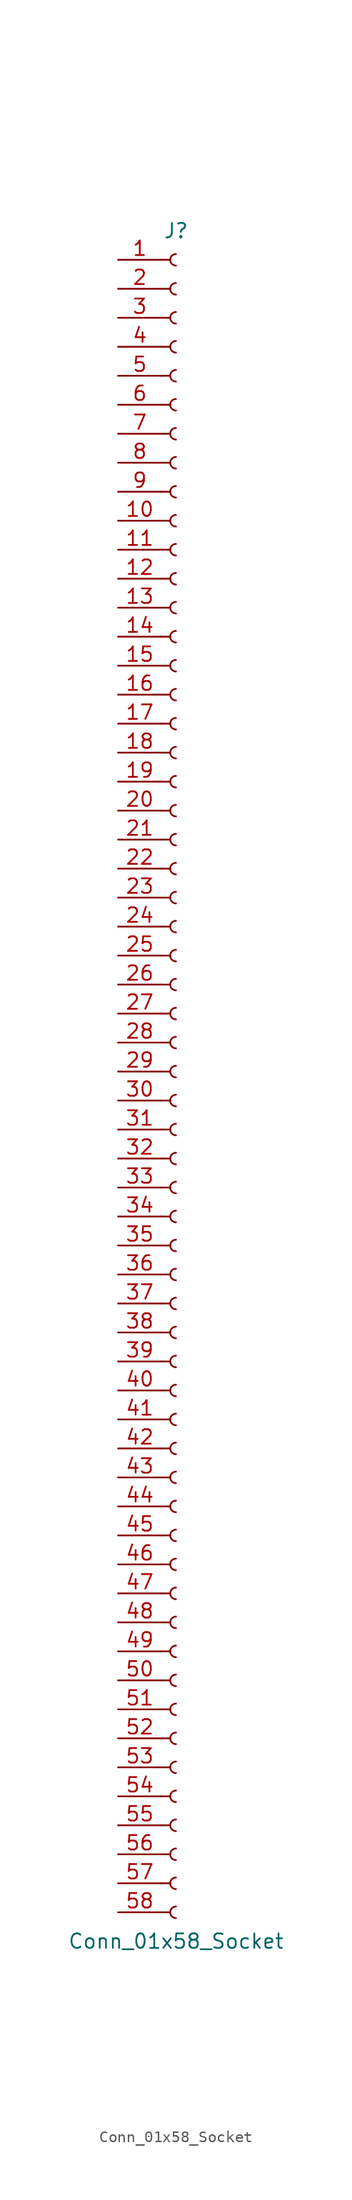
<source format=kicad_sym>
(kicad_symbol_lib
  (version 20241209)
  (generator "kicad_symbol_editor")
  (generator_version "9.0")
  (symbol "Conn_01x58_Socket"
    (pin_names
      (offset 1.016)
      (hide yes))
    (property "Reference" "J"
      (at 0 73.66 0)
      (effects (font (size 1.27 1.27))))
    (property "Value" "Conn_01x58_Socket"
      (at 0 -76.2 0)
      (effects (font (size 1.27 1.27))))
    (property "ki_locked" ""
      (at 0 0 0)
      (effects (font (size 1.27 1.27))))
    (symbol "Conn_01x58_Socket_1_1"
      (polyline (pts (xy -1.27 71.12) (xy -0.508 71.12)) (stroke (width 0.152) (type default)) (fill (type none)))
      (polyline (pts (xy -1.27 68.58) (xy -0.508 68.58)) (stroke (width 0.152) (type default)) (fill (type none)))
      (polyline (pts (xy -1.27 66.04) (xy -0.508 66.04)) (stroke (width 0.152) (type default)) (fill (type none)))
      (polyline (pts (xy -1.27 63.5) (xy -0.508 63.5)) (stroke (width 0.152) (type default)) (fill (type none)))
      (polyline (pts (xy -1.27 60.96) (xy -0.508 60.96)) (stroke (width 0.152) (type default)) (fill (type none)))
      (polyline (pts (xy -1.27 58.42) (xy -0.508 58.42)) (stroke (width 0.152) (type default)) (fill (type none)))
      (polyline (pts (xy -1.27 55.88) (xy -0.508 55.88)) (stroke (width 0.152) (type default)) (fill (type none)))
      (polyline (pts (xy -1.27 53.34) (xy -0.508 53.34)) (stroke (width 0.152) (type default)) (fill (type none)))
      (polyline (pts (xy -1.27 50.8) (xy -0.508 50.8)) (stroke (width 0.152) (type default)) (fill (type none)))
      (polyline (pts (xy -1.27 48.26) (xy -0.508 48.26)) (stroke (width 0.152) (type default)) (fill (type none)))
      (polyline (pts (xy -1.27 45.72) (xy -0.508 45.72)) (stroke (width 0.152) (type default)) (fill (type none)))
      (polyline (pts (xy -1.27 43.18) (xy -0.508 43.18)) (stroke (width 0.152) (type default)) (fill (type none)))
      (polyline (pts (xy -1.27 40.64) (xy -0.508 40.64)) (stroke (width 0.152) (type default)) (fill (type none)))
      (polyline (pts (xy -1.27 38.1) (xy -0.508 38.1)) (stroke (width 0.152) (type default)) (fill (type none)))
      (polyline (pts (xy -1.27 35.56) (xy -0.508 35.56)) (stroke (width 0.152) (type default)) (fill (type none)))
      (polyline (pts (xy -1.27 33.02) (xy -0.508 33.02)) (stroke (width 0.152) (type default)) (fill (type none)))
      (polyline (pts (xy -1.27 30.48) (xy -0.508 30.48)) (stroke (width 0.152) (type default)) (fill (type none)))
      (polyline (pts (xy -1.27 27.94) (xy -0.508 27.94)) (stroke (width 0.152) (type default)) (fill (type none)))
      (polyline (pts (xy -1.27 25.4) (xy -0.508 25.4)) (stroke (width 0.152) (type default)) (fill (type none)))
      (polyline (pts (xy -1.27 22.86) (xy -0.508 22.86)) (stroke (width 0.152) (type default)) (fill (type none)))
      (polyline (pts (xy -1.27 20.32) (xy -0.508 20.32)) (stroke (width 0.152) (type default)) (fill (type none)))
      (polyline (pts (xy -1.27 17.78) (xy -0.508 17.78)) (stroke (width 0.152) (type default)) (fill (type none)))
      (polyline (pts (xy -1.27 15.24) (xy -0.508 15.24)) (stroke (width 0.152) (type default)) (fill (type none)))
      (polyline (pts (xy -1.27 12.7) (xy -0.508 12.7)) (stroke (width 0.152) (type default)) (fill (type none)))
      (polyline (pts (xy -1.27 10.16) (xy -0.508 10.16)) (stroke (width 0.152) (type default)) (fill (type none)))
      (polyline (pts (xy -1.27 7.62) (xy -0.508 7.62)) (stroke (width 0.152) (type default)) (fill (type none)))
      (polyline (pts (xy -1.27 5.08) (xy -0.508 5.08)) (stroke (width 0.152) (type default)) (fill (type none)))
      (polyline (pts (xy -1.27 2.54) (xy -0.508 2.54)) (stroke (width 0.152) (type default)) (fill (type none)))
      (polyline (pts (xy -1.27 0) (xy -0.508 0)) (stroke (width 0.152) (type default)) (fill (type none)))
      (polyline (pts (xy -1.27 -2.54) (xy -0.508 -2.54)) (stroke (width 0.152) (type default)) (fill (type none)))
      (polyline (pts (xy -1.27 -5.08) (xy -0.508 -5.08)) (stroke (width 0.152) (type default)) (fill (type none)))
      (polyline (pts (xy -1.27 -7.62) (xy -0.508 -7.62)) (stroke (width 0.152) (type default)) (fill (type none)))
      (polyline (pts (xy -1.27 -10.16) (xy -0.508 -10.16)) (stroke (width 0.152) (type default)) (fill (type none)))
      (polyline (pts (xy -1.27 -12.7) (xy -0.508 -12.7)) (stroke (width 0.152) (type default)) (fill (type none)))
      (polyline (pts (xy -1.27 -15.24) (xy -0.508 -15.24)) (stroke (width 0.152) (type default)) (fill (type none)))
      (polyline (pts (xy -1.27 -17.78) (xy -0.508 -17.78)) (stroke (width 0.152) (type default)) (fill (type none)))
      (polyline (pts (xy -1.27 -20.32) (xy -0.508 -20.32)) (stroke (width 0.152) (type default)) (fill (type none)))
      (polyline (pts (xy -1.27 -22.86) (xy -0.508 -22.86)) (stroke (width 0.152) (type default)) (fill (type none)))
      (polyline (pts (xy -1.27 -25.4) (xy -0.508 -25.4)) (stroke (width 0.152) (type default)) (fill (type none)))
      (polyline (pts (xy -1.27 -27.94) (xy -0.508 -27.94)) (stroke (width 0.152) (type default)) (fill (type none)))
      (polyline (pts (xy -1.27 -30.48) (xy -0.508 -30.48)) (stroke (width 0.152) (type default)) (fill (type none)))
      (polyline (pts (xy -1.27 -33.02) (xy -0.508 -33.02)) (stroke (width 0.152) (type default)) (fill (type none)))
      (polyline (pts (xy -1.27 -35.56) (xy -0.508 -35.56)) (stroke (width 0.152) (type default)) (fill (type none)))
      (polyline (pts (xy -1.27 -38.1) (xy -0.508 -38.1)) (stroke (width 0.152) (type default)) (fill (type none)))
      (polyline (pts (xy -1.27 -40.64) (xy -0.508 -40.64)) (stroke (width 0.152) (type default)) (fill (type none)))
      (polyline (pts (xy -1.27 -43.18) (xy -0.508 -43.18)) (stroke (width 0.152) (type default)) (fill (type none)))
      (polyline (pts (xy -1.27 -45.72) (xy -0.508 -45.72)) (stroke (width 0.152) (type default)) (fill (type none)))
      (polyline (pts (xy -1.27 -48.26) (xy -0.508 -48.26)) (stroke (width 0.152) (type default)) (fill (type none)))
      (polyline (pts (xy -1.27 -50.8) (xy -0.508 -50.8)) (stroke (width 0.152) (type default)) (fill (type none)))
      (polyline (pts (xy -1.27 -53.34) (xy -0.508 -53.34)) (stroke (width 0.152) (type default)) (fill (type none)))
      (polyline (pts (xy -1.27 -55.88) (xy -0.508 -55.88)) (stroke (width 0.152) (type default)) (fill (type none)))
      (polyline (pts (xy -1.27 -58.42) (xy -0.508 -58.42)) (stroke (width 0.152) (type default)) (fill (type none)))
      (polyline (pts (xy -1.27 -60.96) (xy -0.508 -60.96)) (stroke (width 0.152) (type default)) (fill (type none)))
      (polyline (pts (xy -1.27 -63.5) (xy -0.508 -63.5)) (stroke (width 0.152) (type default)) (fill (type none)))
      (polyline (pts (xy -1.27 -66.04) (xy -0.508 -66.04)) (stroke (width 0.152) (type default)) (fill (type none)))
      (polyline (pts (xy -1.27 -68.58) (xy -0.508 -68.58)) (stroke (width 0.152) (type default)) (fill (type none)))
      (polyline (pts (xy -1.27 -71.12) (xy -0.508 -71.12)) (stroke (width 0.152) (type default)) (fill (type none)))
      (polyline (pts (xy -1.27 -73.66) (xy -0.508 -73.66)) (stroke (width 0.152) (type default)) (fill (type none)))
      (arc (start 0 70.612) (mid -0.5058 71.12) (end 0 71.628) (stroke (width 0.1524) (type default)) (fill (type none)))
      (arc (start 0 68.072) (mid -0.5058 68.58) (end 0 69.088) (stroke (width 0.1524) (type default)) (fill (type none)))
      (arc (start 0 65.532) (mid -0.5058 66.04) (end 0 66.548) (stroke (width 0.1524) (type default)) (fill (type none)))
      (arc (start 0 62.992) (mid -0.5058 63.5) (end 0 64.008) (stroke (width 0.1524) (type default)) (fill (type none)))
      (arc (start 0 60.452) (mid -0.5058 60.96) (end 0 61.468) (stroke (width 0.1524) (type default)) (fill (type none)))
      (arc (start 0 57.912) (mid -0.5058 58.42) (end 0 58.928) (stroke (width 0.1524) (type default)) (fill (type none)))
      (arc (start 0 55.372) (mid -0.5058 55.88) (end 0 56.388) (stroke (width 0.1524) (type default)) (fill (type none)))
      (arc (start 0 52.832) (mid -0.5058 53.34) (end 0 53.848) (stroke (width 0.1524) (type default)) (fill (type none)))
      (arc (start 0 50.292) (mid -0.5058 50.8) (end 0 51.308) (stroke (width 0.1524) (type default)) (fill (type none)))
      (arc (start 0 47.752) (mid -0.5058 48.26) (end 0 48.768) (stroke (width 0.1524) (type default)) (fill (type none)))
      (arc (start 0 45.212) (mid -0.5058 45.72) (end 0 46.228) (stroke (width 0.1524) (type default)) (fill (type none)))
      (arc (start 0 42.672) (mid -0.5058 43.18) (end 0 43.688) (stroke (width 0.1524) (type default)) (fill (type none)))
      (arc (start 0 40.132) (mid -0.5058 40.64) (end 0 41.148) (stroke (width 0.1524) (type default)) (fill (type none)))
      (arc (start 0 37.592) (mid -0.5058 38.1) (end 0 38.608) (stroke (width 0.1524) (type default)) (fill (type none)))
      (arc (start 0 35.052) (mid -0.5058 35.56) (end 0 36.068) (stroke (width 0.1524) (type default)) (fill (type none)))
      (arc (start 0 32.512) (mid -0.5058 33.02) (end 0 33.528) (stroke (width 0.1524) (type default)) (fill (type none)))
      (arc (start 0 29.972) (mid -0.5058 30.48) (end 0 30.988) (stroke (width 0.1524) (type default)) (fill (type none)))
      (arc (start 0 27.432) (mid -0.5058 27.94) (end 0 28.448) (stroke (width 0.1524) (type default)) (fill (type none)))
      (arc (start 0 24.892) (mid -0.5058 25.4) (end 0 25.908) (stroke (width 0.1524) (type default)) (fill (type none)))
      (arc (start 0 22.352) (mid -0.5058 22.86) (end 0 23.368) (stroke (width 0.1524) (type default)) (fill (type none)))
      (arc (start 0 19.812) (mid -0.5058 20.32) (end 0 20.828) (stroke (width 0.1524) (type default)) (fill (type none)))
      (arc (start 0 17.272) (mid -0.5058 17.78) (end 0 18.288) (stroke (width 0.1524) (type default)) (fill (type none)))
      (arc (start 0 14.732) (mid -0.5058 15.24) (end 0 15.748) (stroke (width 0.1524) (type default)) (fill (type none)))
      (arc (start 0 12.192) (mid -0.5058 12.7) (end 0 13.208) (stroke (width 0.1524) (type default)) (fill (type none)))
      (arc (start 0 9.652) (mid -0.5058 10.16) (end 0 10.668) (stroke (width 0.1524) (type default)) (fill (type none)))
      (arc (start 0 7.112) (mid -0.5058 7.62) (end 0 8.128) (stroke (width 0.1524) (type default)) (fill (type none)))
      (arc (start 0 4.572) (mid -0.5058 5.08) (end 0 5.588) (stroke (width 0.1524) (type default)) (fill (type none)))
      (arc (start 0 2.032) (mid -0.5058 2.54) (end 0 3.048) (stroke (width 0.1524) (type default)) (fill (type none)))
      (arc (start 0 -0.508) (mid -0.5058 0) (end 0 0.508) (stroke (width 0.1524) (type default)) (fill (type none)))
      (arc (start 0 -3.048) (mid -0.5058 -2.54) (end 0 -2.032) (stroke (width 0.1524) (type default)) (fill (type none)))
      (arc (start 0 -5.588) (mid -0.5058 -5.08) (end 0 -4.572) (stroke (width 0.1524) (type default)) (fill (type none)))
      (arc (start 0 -8.128) (mid -0.5058 -7.62) (end 0 -7.112) (stroke (width 0.1524) (type default)) (fill (type none)))
      (arc (start 0 -10.668) (mid -0.5058 -10.16) (end 0 -9.652) (stroke (width 0.1524) (type default)) (fill (type none)))
      (arc (start 0 -13.208) (mid -0.5058 -12.7) (end 0 -12.192) (stroke (width 0.1524) (type default)) (fill (type none)))
      (arc (start 0 -15.748) (mid -0.5058 -15.24) (end 0 -14.732) (stroke (width 0.1524) (type default)) (fill (type none)))
      (arc (start 0 -18.288) (mid -0.5058 -17.78) (end 0 -17.272) (stroke (width 0.1524) (type default)) (fill (type none)))
      (arc (start 0 -20.828) (mid -0.5058 -20.32) (end 0 -19.812) (stroke (width 0.1524) (type default)) (fill (type none)))
      (arc (start 0 -23.368) (mid -0.5058 -22.86) (end 0 -22.352) (stroke (width 0.1524) (type default)) (fill (type none)))
      (arc (start 0 -25.908) (mid -0.5058 -25.4) (end 0 -24.892) (stroke (width 0.1524) (type default)) (fill (type none)))
      (arc (start 0 -28.448) (mid -0.5058 -27.94) (end 0 -27.432) (stroke (width 0.1524) (type default)) (fill (type none)))
      (arc (start 0 -30.988) (mid -0.5058 -30.48) (end 0 -29.972) (stroke (width 0.1524) (type default)) (fill (type none)))
      (arc (start 0 -33.528) (mid -0.5058 -33.02) (end 0 -32.512) (stroke (width 0.1524) (type default)) (fill (type none)))
      (arc (start 0 -36.068) (mid -0.5058 -35.56) (end 0 -35.052) (stroke (width 0.1524) (type default)) (fill (type none)))
      (arc (start 0 -38.608) (mid -0.5058 -38.1) (end 0 -37.592) (stroke (width 0.1524) (type default)) (fill (type none)))
      (arc (start 0 -41.148) (mid -0.5058 -40.64) (end 0 -40.132) (stroke (width 0.1524) (type default)) (fill (type none)))
      (arc (start 0 -43.688) (mid -0.5058 -43.18) (end 0 -42.672) (stroke (width 0.1524) (type default)) (fill (type none)))
      (arc (start 0 -46.228) (mid -0.5058 -45.72) (end 0 -45.212) (stroke (width 0.1524) (type default)) (fill (type none)))
      (arc (start 0 -48.768) (mid -0.5058 -48.26) (end 0 -47.752) (stroke (width 0.1524) (type default)) (fill (type none)))
      (arc (start 0 -51.308) (mid -0.5058 -50.8) (end 0 -50.292) (stroke (width 0.1524) (type default)) (fill (type none)))
      (arc (start 0 -53.848) (mid -0.5058 -53.34) (end 0 -52.832) (stroke (width 0.1524) (type default)) (fill (type none)))
      (arc (start 0 -56.388) (mid -0.5058 -55.88) (end 0 -55.372) (stroke (width 0.1524) (type default)) (fill (type none)))
      (arc (start 0 -58.928) (mid -0.5058 -58.42) (end 0 -57.912) (stroke (width 0.1524) (type default)) (fill (type none)))
      (arc (start 0 -61.468) (mid -0.5058 -60.96) (end 0 -60.452) (stroke (width 0.1524) (type default)) (fill (type none)))
      (arc (start 0 -64.008) (mid -0.5058 -63.5) (end 0 -62.992) (stroke (width 0.1524) (type default)) (fill (type none)))
      (arc (start 0 -66.548) (mid -0.5058 -66.04) (end 0 -65.532) (stroke (width 0.1524) (type default)) (fill (type none)))
      (arc (start 0 -69.088) (mid -0.5058 -68.58) (end 0 -68.072) (stroke (width 0.1524) (type default)) (fill (type none)))
      (arc (start 0 -71.628) (mid -0.5058 -71.12) (end 0 -70.612) (stroke (width 0.1524) (type default)) (fill (type none)))
      (arc (start 0 -74.168) (mid -0.5058 -73.66) (end 0 -73.152) (stroke (width 0.1524) (type default)) (fill (type none)))
      (pin passive line (at -5.08 71.12 0) (length 3.81) (name "Pin_1" (effects (font (size 1.27 1.27)))) (number "1" (effects (font (size 1.27 1.27)))))
      (pin passive line (at -5.08 68.58 0) (length 3.81) (name "Pin_2" (effects (font (size 1.27 1.27)))) (number "2" (effects (font (size 1.27 1.27)))))
      (pin passive line (at -5.08 66.04 0) (length 3.81) (name "Pin_3" (effects (font (size 1.27 1.27)))) (number "3" (effects (font (size 1.27 1.27)))))
      (pin passive line (at -5.08 63.5 0) (length 3.81) (name "Pin_4" (effects (font (size 1.27 1.27)))) (number "4" (effects (font (size 1.27 1.27)))))
      (pin passive line (at -5.08 60.96 0) (length 3.81) (name "Pin_5" (effects (font (size 1.27 1.27)))) (number "5" (effects (font (size 1.27 1.27)))))
      (pin passive line (at -5.08 58.42 0) (length 3.81) (name "Pin_6" (effects (font (size 1.27 1.27)))) (number "6" (effects (font (size 1.27 1.27)))))
      (pin passive line (at -5.08 55.88 0) (length 3.81) (name "Pin_7" (effects (font (size 1.27 1.27)))) (number "7" (effects (font (size 1.27 1.27)))))
      (pin passive line (at -5.08 53.34 0) (length 3.81) (name "Pin_8" (effects (font (size 1.27 1.27)))) (number "8" (effects (font (size 1.27 1.27)))))
      (pin passive line (at -5.08 50.8 0) (length 3.81) (name "Pin_9" (effects (font (size 1.27 1.27)))) (number "9" (effects (font (size 1.27 1.27)))))
      (pin passive line (at -5.08 48.26 0) (length 3.81) (name "Pin_10" (effects (font (size 1.27 1.27)))) (number "10" (effects (font (size 1.27 1.27)))))
      (pin passive line (at -5.08 45.72 0) (length 3.81) (name "Pin_11" (effects (font (size 1.27 1.27)))) (number "11" (effects (font (size 1.27 1.27)))))
      (pin passive line (at -5.08 43.18 0) (length 3.81) (name "Pin_12" (effects (font (size 1.27 1.27)))) (number "12" (effects (font (size 1.27 1.27)))))
      (pin passive line (at -5.08 40.64 0) (length 3.81) (name "Pin_13" (effects (font (size 1.27 1.27)))) (number "13" (effects (font (size 1.27 1.27)))))
      (pin passive line (at -5.08 38.1 0) (length 3.81) (name "Pin_14" (effects (font (size 1.27 1.27)))) (number "14" (effects (font (size 1.27 1.27)))))
      (pin passive line (at -5.08 35.56 0) (length 3.81) (name "Pin_15" (effects (font (size 1.27 1.27)))) (number "15" (effects (font (size 1.27 1.27)))))
      (pin passive line (at -5.08 33.02 0) (length 3.81) (name "Pin_16" (effects (font (size 1.27 1.27)))) (number "16" (effects (font (size 1.27 1.27)))))
      (pin passive line (at -5.08 30.48 0) (length 3.81) (name "Pin_17" (effects (font (size 1.27 1.27)))) (number "17" (effects (font (size 1.27 1.27)))))
      (pin passive line (at -5.08 27.94 0) (length 3.81) (name "Pin_18" (effects (font (size 1.27 1.27)))) (number "18" (effects (font (size 1.27 1.27)))))
      (pin passive line (at -5.08 25.4 0) (length 3.81) (name "Pin_19" (effects (font (size 1.27 1.27)))) (number "19" (effects (font (size 1.27 1.27)))))
      (pin passive line (at -5.08 22.86 0) (length 3.81) (name "Pin_20" (effects (font (size 1.27 1.27)))) (number "20" (effects (font (size 1.27 1.27)))))
      (pin passive line (at -5.08 20.32 0) (length 3.81) (name "Pin_21" (effects (font (size 1.27 1.27)))) (number "21" (effects (font (size 1.27 1.27)))))
      (pin passive line (at -5.08 17.78 0) (length 3.81) (name "Pin_22" (effects (font (size 1.27 1.27)))) (number "22" (effects (font (size 1.27 1.27)))))
      (pin passive line (at -5.08 15.24 0) (length 3.81) (name "Pin_23" (effects (font (size 1.27 1.27)))) (number "23" (effects (font (size 1.27 1.27)))))
      (pin passive line (at -5.08 12.7 0) (length 3.81) (name "Pin_24" (effects (font (size 1.27 1.27)))) (number "24" (effects (font (size 1.27 1.27)))))
      (pin passive line (at -5.08 10.16 0) (length 3.81) (name "Pin_25" (effects (font (size 1.27 1.27)))) (number "25" (effects (font (size 1.27 1.27)))))
      (pin passive line (at -5.08 7.62 0) (length 3.81) (name "Pin_26" (effects (font (size 1.27 1.27)))) (number "26" (effects (font (size 1.27 1.27)))))
      (pin passive line (at -5.08 5.08 0) (length 3.81) (name "Pin_27" (effects (font (size 1.27 1.27)))) (number "27" (effects (font (size 1.27 1.27)))))
      (pin passive line (at -5.08 2.54 0) (length 3.81) (name "Pin_28" (effects (font (size 1.27 1.27)))) (number "28" (effects (font (size 1.27 1.27)))))
      (pin passive line (at -5.08 0 0) (length 3.81) (name "Pin_29" (effects (font (size 1.27 1.27)))) (number "29" (effects (font (size 1.27 1.27)))))
      (pin passive line (at -5.08 -2.54 0) (length 3.81) (name "Pin_30" (effects (font (size 1.27 1.27)))) (number "30" (effects (font (size 1.27 1.27)))))
      (pin passive line (at -5.08 -5.08 0) (length 3.81) (name "Pin_31" (effects (font (size 1.27 1.27)))) (number "31" (effects (font (size 1.27 1.27)))))
      (pin passive line (at -5.08 -7.62 0) (length 3.81) (name "Pin_32" (effects (font (size 1.27 1.27)))) (number "32" (effects (font (size 1.27 1.27)))))
      (pin passive line (at -5.08 -10.16 0) (length 3.81) (name "Pin_33" (effects (font (size 1.27 1.27)))) (number "33" (effects (font (size 1.27 1.27)))))
      (pin passive line (at -5.08 -12.7 0) (length 3.81) (name "Pin_34" (effects (font (size 1.27 1.27)))) (number "34" (effects (font (size 1.27 1.27)))))
      (pin passive line (at -5.08 -15.24 0) (length 3.81) (name "Pin_35" (effects (font (size 1.27 1.27)))) (number "35" (effects (font (size 1.27 1.27)))))
      (pin passive line (at -5.08 -17.78 0) (length 3.81) (name "Pin_36" (effects (font (size 1.27 1.27)))) (number "36" (effects (font (size 1.27 1.27)))))
      (pin passive line (at -5.08 -20.32 0) (length 3.81) (name "Pin_37" (effects (font (size 1.27 1.27)))) (number "37" (effects (font (size 1.27 1.27)))))
      (pin passive line (at -5.08 -22.86 0) (length 3.81) (name "Pin_38" (effects (font (size 1.27 1.27)))) (number "38" (effects (font (size 1.27 1.27)))))
      (pin passive line (at -5.08 -25.4 0) (length 3.81) (name "Pin_39" (effects (font (size 1.27 1.27)))) (number "39" (effects (font (size 1.27 1.27)))))
      (pin passive line (at -5.08 -27.94 0) (length 3.81) (name "Pin_40" (effects (font (size 1.27 1.27)))) (number "40" (effects (font (size 1.27 1.27)))))
      (pin passive line (at -5.08 -30.48 0) (length 3.81) (name "Pin_41" (effects (font (size 1.27 1.27)))) (number "41" (effects (font (size 1.27 1.27)))))
      (pin passive line (at -5.08 -33.02 0) (length 3.81) (name "Pin_42" (effects (font (size 1.27 1.27)))) (number "42" (effects (font (size 1.27 1.27)))))
      (pin passive line (at -5.08 -35.56 0) (length 3.81) (name "Pin_43" (effects (font (size 1.27 1.27)))) (number "43" (effects (font (size 1.27 1.27)))))
      (pin passive line (at -5.08 -38.1 0) (length 3.81) (name "Pin_44" (effects (font (size 1.27 1.27)))) (number "44" (effects (font (size 1.27 1.27)))))
      (pin passive line (at -5.08 -40.64 0) (length 3.81) (name "Pin_45" (effects (font (size 1.27 1.27)))) (number "45" (effects (font (size 1.27 1.27)))))
      (pin passive line (at -5.08 -43.18 0) (length 3.81) (name "Pin_46" (effects (font (size 1.27 1.27)))) (number "46" (effects (font (size 1.27 1.27)))))
      (pin passive line (at -5.08 -45.72 0) (length 3.81) (name "Pin_47" (effects (font (size 1.27 1.27)))) (number "47" (effects (font (size 1.27 1.27)))))
      (pin passive line (at -5.08 -48.26 0) (length 3.81) (name "Pin_48" (effects (font (size 1.27 1.27)))) (number "48" (effects (font (size 1.27 1.27)))))
      (pin passive line (at -5.08 -50.8 0) (length 3.81) (name "Pin_49" (effects (font (size 1.27 1.27)))) (number "49" (effects (font (size 1.27 1.27)))))
      (pin passive line (at -5.08 -53.34 0) (length 3.81) (name "Pin_50" (effects (font (size 1.27 1.27)))) (number "50" (effects (font (size 1.27 1.27)))))
      (pin passive line (at -5.08 -55.88 0) (length 3.81) (name "Pin_51" (effects (font (size 1.27 1.27)))) (number "51" (effects (font (size 1.27 1.27)))))
      (pin passive line (at -5.08 -58.42 0) (length 3.81) (name "Pin_52" (effects (font (size 1.27 1.27)))) (number "52" (effects (font (size 1.27 1.27)))))
      (pin passive line (at -5.08 -60.96 0) (length 3.81) (name "Pin_53" (effects (font (size 1.27 1.27)))) (number "53" (effects (font (size 1.27 1.27)))))
      (pin passive line (at -5.08 -63.5 0) (length 3.81) (name "Pin_54" (effects (font (size 1.27 1.27)))) (number "54" (effects (font (size 1.27 1.27)))))
      (pin passive line (at -5.08 -66.04 0) (length 3.81) (name "Pin_55" (effects (font (size 1.27 1.27)))) (number "55" (effects (font (size 1.27 1.27)))))
      (pin passive line (at -5.08 -68.58 0) (length 3.81) (name "Pin_56" (effects (font (size 1.27 1.27)))) (number "56" (effects (font (size 1.27 1.27)))))
      (pin passive line (at -5.08 -71.12 0) (length 3.81) (name "Pin_57" (effects (font (size 1.27 1.27)))) (number "57" (effects (font (size 1.27 1.27)))))
      (pin passive line (at -5.08 -73.66 0) (length 3.81) (name "Pin_58" (effects (font (size 1.27 1.27)))) (number "58" (effects (font (size 1.27 1.27))))))))
</source>
